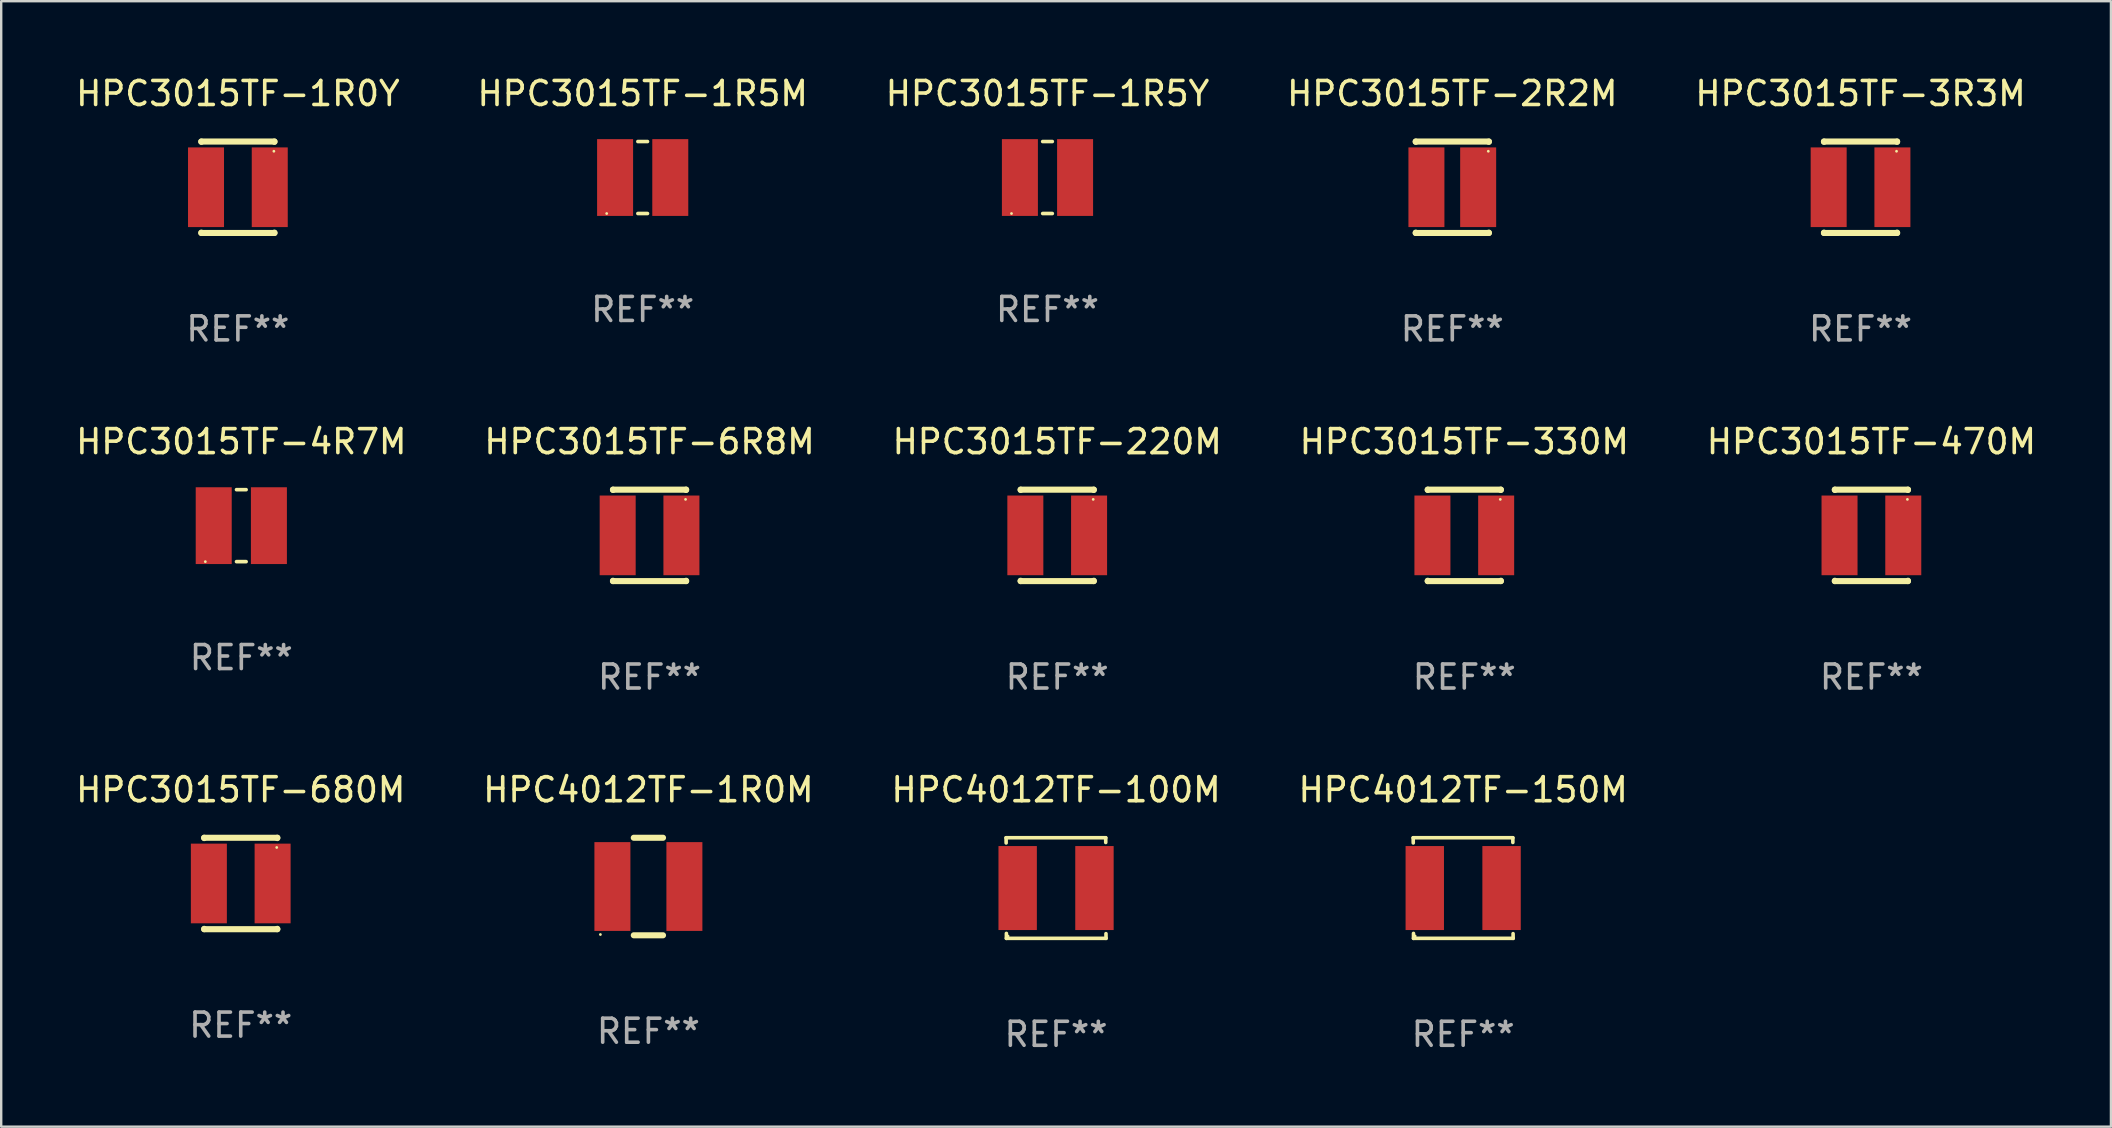
<source format=kicad_pcb>
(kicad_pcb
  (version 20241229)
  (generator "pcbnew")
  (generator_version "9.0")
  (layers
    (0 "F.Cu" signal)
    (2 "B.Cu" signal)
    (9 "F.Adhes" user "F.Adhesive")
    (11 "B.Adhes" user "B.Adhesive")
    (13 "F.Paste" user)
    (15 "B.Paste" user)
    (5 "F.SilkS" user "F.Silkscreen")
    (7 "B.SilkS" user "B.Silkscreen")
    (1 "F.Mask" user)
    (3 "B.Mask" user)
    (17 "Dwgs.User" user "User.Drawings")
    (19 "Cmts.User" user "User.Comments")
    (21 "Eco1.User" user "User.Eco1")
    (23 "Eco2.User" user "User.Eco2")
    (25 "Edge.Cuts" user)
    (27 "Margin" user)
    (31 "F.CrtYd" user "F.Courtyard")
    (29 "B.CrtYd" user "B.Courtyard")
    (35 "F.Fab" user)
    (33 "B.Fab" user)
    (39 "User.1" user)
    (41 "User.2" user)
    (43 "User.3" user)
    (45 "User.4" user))
  (footprint "HPC4012TF-100M"
    (layer "F.Cu")
    (at 40.958 33.957)
    (property "Reference" "HPC4012TF-100M" (at 0 -4.096 0) (layer "F.SilkS") (effects (font (size 1 1) (thickness 0.15))))
    (attr through_hole)
    (fp_line (start -2.083 -2.096) (end -2.08 -1.88) (stroke (width 0.15) (type solid)) (layer "F.SilkS"))
    (fp_line (start -2.07 1.89) (end -2.07 2.096) (stroke (width 0.15) (type solid)) (layer "F.SilkS"))
    (fp_line (start -2.07 2.096) (end 2.083 2.096) (stroke (width 0.15) (type solid)) (layer "F.SilkS"))
    (fp_line (start 2.07 -1.9) (end 2.07 -2.096) (stroke (width 0.15) (type solid)) (layer "F.SilkS"))
    (fp_line (start 2.07 -2.096) (end -2.083 -2.096) (stroke (width 0.15) (type solid)) (layer "F.SilkS"))
    (fp_line (start 2.083 2.096) (end 2.08 1.9) (stroke (width 0.15) (type solid)) (layer "F.SilkS"))
    (fp_circle (center -2 2) (end -1.97 2) (stroke (width 0.06) (type solid)) (fill no) (layer "F.SilkS"))
    (fp_text user "REF**" (at 0 6.096 0) (layer "F.Fab") (effects (font (size 1 1) (thickness 0.15))))
    (pad "1" smd rect (at -1.6 -0.000343) (size 1.6 3.5) (layers "F.Cu" "F.Mask" "F.Paste"))
    (pad "2" smd rect (at 1.6 -0.000343) (size 1.6 3.5) (layers "F.Cu" "F.Mask" "F.Paste")))
  (footprint "HPC3015TF-680M"
    (layer "F.Cu")
    (at 6.982 33.766)
    (property "Reference" "HPC3015TF-680M" (at 0 -3.905 0) (layer "F.SilkS") (effects (font (size 1 1) (thickness 0.15))))
    (attr through_hole)
    (fp_line (start -1.524 -1.905) (end 1.524 -1.905) (stroke (width 0.254) (type solid)) (layer "F.SilkS"))
    (fp_line (start -1.524 -1.891) (end -1.524 -1.905) (stroke (width 0.254) (type solid)) (layer "F.SilkS"))
    (fp_line (start -1.524 1.905) (end -1.524 1.891) (stroke (width 0.254) (type solid)) (layer "F.SilkS"))
    (fp_line (start -1.524 1.905) (end 1.524 1.905) (stroke (width 0.254) (type solid)) (layer "F.SilkS"))
    (fp_line (start 1.524 -1.905) (end 1.524 -1.891) (stroke (width 0.254) (type solid)) (layer "F.SilkS"))
    (fp_line (start 1.524 1.891) (end 1.524 1.905) (stroke (width 0.254) (type solid)) (layer "F.SilkS"))
    (fp_circle (center 1.5 -1.5) (end 1.53 -1.5) (stroke (width 0.06) (type solid)) (fill no) (layer "F.SilkS"))
    (fp_text user "REF**" (at 0 5.905 0) (layer "F.Fab") (effects (font (size 1 1) (thickness 0.15))))
    (pad "1" smd rect (at 1.328 0) (size 1.5 3.32) (layers "F.Cu" "F.Mask" "F.Paste"))
    (pad "2" smd rect (at -1.328 0) (size 1.5 3.32) (layers "F.Cu" "F.Mask" "F.Paste")))
  (footprint "HPC3015TF-220M"
    (layer "F.Cu")
    (at 41.006 19.26)
    (property "Reference" "HPC3015TF-220M" (at 0 -3.905 0) (layer "F.SilkS") (effects (font (size 1 1) (thickness 0.15))))
    (attr through_hole)
    (fp_line (start -1.524 -1.905) (end 1.524 -1.905) (stroke (width 0.254) (type solid)) (layer "F.SilkS"))
    (fp_line (start -1.524 -1.891) (end -1.524 -1.905) (stroke (width 0.254) (type solid)) (layer "F.SilkS"))
    (fp_line (start -1.524 1.905) (end -1.524 1.891) (stroke (width 0.254) (type solid)) (layer "F.SilkS"))
    (fp_line (start -1.524 1.905) (end 1.524 1.905) (stroke (width 0.254) (type solid)) (layer "F.SilkS"))
    (fp_line (start 1.524 -1.905) (end 1.524 -1.891) (stroke (width 0.254) (type solid)) (layer "F.SilkS"))
    (fp_line (start 1.524 1.891) (end 1.524 1.905) (stroke (width 0.254) (type solid)) (layer "F.SilkS"))
    (fp_circle (center 1.5 -1.5) (end 1.53 -1.5) (stroke (width 0.06) (type solid)) (fill no) (layer "F.SilkS"))
    (fp_text user "REF**" (at 0 5.905 0) (layer "F.Fab") (effects (font (size 1 1) (thickness 0.15))))
    (pad "1" smd rect (at 1.328 0) (size 1.5 3.32) (layers "F.Cu" "F.Mask" "F.Paste"))
    (pad "2" smd rect (at -1.328 0) (size 1.5 3.32) (layers "F.Cu" "F.Mask" "F.Paste")))
  (footprint "HPC4012TF-150M"
    (layer "F.Cu")
    (at 57.923 33.957)
    (property "Reference" "HPC4012TF-150M" (at 0 -4.096 0) (layer "F.SilkS") (effects (font (size 1 1) (thickness 0.15))))
    (attr through_hole)
    (fp_line (start -2.083 -2.096) (end -2.08 -1.88) (stroke (width 0.15) (type solid)) (layer "F.SilkS"))
    (fp_line (start -2.07 1.89) (end -2.07 2.096) (stroke (width 0.15) (type solid)) (layer "F.SilkS"))
    (fp_line (start -2.07 2.096) (end 2.083 2.096) (stroke (width 0.15) (type solid)) (layer "F.SilkS"))
    (fp_line (start 2.07 -1.9) (end 2.07 -2.096) (stroke (width 0.15) (type solid)) (layer "F.SilkS"))
    (fp_line (start 2.07 -2.096) (end -2.083 -2.096) (stroke (width 0.15) (type solid)) (layer "F.SilkS"))
    (fp_line (start 2.083 2.096) (end 2.08 1.9) (stroke (width 0.15) (type solid)) (layer "F.SilkS"))
    (fp_circle (center -2 2) (end -1.97 2) (stroke (width 0.06) (type solid)) (fill no) (layer "F.SilkS"))
    (fp_text user "REF**" (at 0 6.096 0) (layer "F.Fab") (effects (font (size 1 1) (thickness 0.15))))
    (pad "1" smd rect (at -1.6 -0.000343) (size 1.6 3.5) (layers "F.Cu" "F.Mask" "F.Paste"))
    (pad "2" smd rect (at 1.6 -0.000343) (size 1.6 3.5) (layers "F.Cu" "F.Mask" "F.Paste")))
  (footprint "HPC3015TF-1R5Y"
    (layer "F.Cu")
    (at 40.601 4.348)
    (property "Reference" "HPC3015TF-1R5Y" (at 0 -3.5 0) (layer "F.SilkS") (effects (font (size 1 1) (thickness 0.15))))
    (attr through_hole)
    (fp_line (start -0.2 -1.5) (end 0.2 -1.5) (stroke (width 0.152) (type solid)) (layer "F.SilkS"))
    (fp_line (start 0.2 1.5) (end -0.2 1.5) (stroke (width 0.152) (type solid)) (layer "F.SilkS"))
    (fp_circle (center -1.5 1.5) (end -1.47 1.5) (stroke (width 0.06) (type solid)) (fill no) (layer "F.SilkS"))
    (fp_text user "REF**" (at 0 5.5 0) (layer "F.Fab") (effects (font (size 1 1) (thickness 0.15))))
    (pad "1" smd rect (at -1.15 -0.000025) (size 1.5 3.2) (layers "F.Cu" "F.Mask" "F.Paste"))
    (pad "2" smd rect (at 1.15 -0.000025) (size 1.5 3.2) (layers "F.Cu" "F.Mask" "F.Paste")))
  (footprint "HPC3015TF-330M"
    (layer "F.Cu")
    (at 57.97 19.26)
    (property "Reference" "HPC3015TF-330M" (at 0 -3.905 0) (layer "F.SilkS") (effects (font (size 1 1) (thickness 0.15))))
    (attr through_hole)
    (fp_line (start -1.524 -1.905) (end 1.524 -1.905) (stroke (width 0.254) (type solid)) (layer "F.SilkS"))
    (fp_line (start -1.524 -1.891) (end -1.524 -1.905) (stroke (width 0.254) (type solid)) (layer "F.SilkS"))
    (fp_line (start -1.524 1.905) (end -1.524 1.891) (stroke (width 0.254) (type solid)) (layer "F.SilkS"))
    (fp_line (start -1.524 1.905) (end 1.524 1.905) (stroke (width 0.254) (type solid)) (layer "F.SilkS"))
    (fp_line (start 1.524 -1.905) (end 1.524 -1.891) (stroke (width 0.254) (type solid)) (layer "F.SilkS"))
    (fp_line (start 1.524 1.891) (end 1.524 1.905) (stroke (width 0.254) (type solid)) (layer "F.SilkS"))
    (fp_circle (center 1.5 -1.5) (end 1.53 -1.5) (stroke (width 0.06) (type solid)) (fill no) (layer "F.SilkS"))
    (fp_text user "REF**" (at 0 5.905 0) (layer "F.Fab") (effects (font (size 1 1) (thickness 0.15))))
    (pad "1" smd rect (at 1.328 0) (size 1.5 3.32) (layers "F.Cu" "F.Mask" "F.Paste"))
    (pad "2" smd rect (at -1.328 0) (size 1.5 3.32) (layers "F.Cu" "F.Mask" "F.Paste")))
  (footprint "HPC3015TF-470M"
    (layer "F.Cu")
    (at 74.935 19.26)
    (property "Reference" "HPC3015TF-470M" (at 0 -3.905 0) (layer "F.SilkS") (effects (font (size 1 1) (thickness 0.15))))
    (attr through_hole)
    (fp_line (start -1.524 -1.905) (end 1.524 -1.905) (stroke (width 0.254) (type solid)) (layer "F.SilkS"))
    (fp_line (start -1.524 -1.891) (end -1.524 -1.905) (stroke (width 0.254) (type solid)) (layer "F.SilkS"))
    (fp_line (start -1.524 1.905) (end -1.524 1.891) (stroke (width 0.254) (type solid)) (layer "F.SilkS"))
    (fp_line (start -1.524 1.905) (end 1.524 1.905) (stroke (width 0.254) (type solid)) (layer "F.SilkS"))
    (fp_line (start 1.524 -1.905) (end 1.524 -1.891) (stroke (width 0.254) (type solid)) (layer "F.SilkS"))
    (fp_line (start 1.524 1.891) (end 1.524 1.905) (stroke (width 0.254) (type solid)) (layer "F.SilkS"))
    (fp_circle (center 1.5 -1.5) (end 1.53 -1.5) (stroke (width 0.06) (type solid)) (fill no) (layer "F.SilkS"))
    (fp_text user "REF**" (at 0 5.905 0) (layer "F.Fab") (effects (font (size 1 1) (thickness 0.15))))
    (pad "1" smd rect (at 1.328 0) (size 1.5 3.32) (layers "F.Cu" "F.Mask" "F.Paste"))
    (pad "2" smd rect (at -1.328 0) (size 1.5 3.32) (layers "F.Cu" "F.Mask" "F.Paste")))
  (footprint "HPC3015TF-2R2M"
    (layer "F.Cu")
    (at 57.47 4.753)
    (property "Reference" "HPC3015TF-2R2M" (at 0 -3.905 0) (layer "F.SilkS") (effects (font (size 1 1) (thickness 0.15))))
    (attr through_hole)
    (fp_line (start -1.524 -1.905) (end 1.524 -1.905) (stroke (width 0.254) (type solid)) (layer "F.SilkS"))
    (fp_line (start -1.524 -1.891) (end -1.524 -1.905) (stroke (width 0.254) (type solid)) (layer "F.SilkS"))
    (fp_line (start -1.524 1.905) (end -1.524 1.891) (stroke (width 0.254) (type solid)) (layer "F.SilkS"))
    (fp_line (start -1.524 1.905) (end 1.524 1.905) (stroke (width 0.254) (type solid)) (layer "F.SilkS"))
    (fp_line (start 1.524 -1.905) (end 1.524 -1.891) (stroke (width 0.254) (type solid)) (layer "F.SilkS"))
    (fp_line (start 1.524 1.891) (end 1.524 1.905) (stroke (width 0.254) (type solid)) (layer "F.SilkS"))
    (fp_circle (center 1.5 -1.5) (end 1.53 -1.5) (stroke (width 0.06) (type solid)) (fill no) (layer "F.SilkS"))
    (fp_text user "REF**" (at 0 5.905 0) (layer "F.Fab") (effects (font (size 1 1) (thickness 0.15))))
    (pad "1" smd rect (at 1.078 0.000076) (size 1.5 3.32) (layers "F.Cu" "F.Mask" "F.Paste"))
    (pad "2" smd rect (at -1.078 0.000076) (size 1.5 3.32) (layers "F.Cu" "F.Mask" "F.Paste")))
  (footprint "HPC3015TF-1R0Y"
    (layer "F.Cu")
    (at 6.863 4.753)
    (property "Reference" "HPC3015TF-1R0Y" (at 0 -3.905 0) (layer "F.SilkS") (effects (font (size 1 1) (thickness 0.15))))
    (attr through_hole)
    (fp_line (start -1.524 -1.905) (end 1.524 -1.905) (stroke (width 0.254) (type solid)) (layer "F.SilkS"))
    (fp_line (start -1.524 -1.891) (end -1.524 -1.905) (stroke (width 0.254) (type solid)) (layer "F.SilkS"))
    (fp_line (start -1.524 1.905) (end -1.524 1.891) (stroke (width 0.254) (type solid)) (layer "F.SilkS"))
    (fp_line (start -1.524 1.905) (end 1.524 1.905) (stroke (width 0.254) (type solid)) (layer "F.SilkS"))
    (fp_line (start 1.524 -1.905) (end 1.524 -1.891) (stroke (width 0.254) (type solid)) (layer "F.SilkS"))
    (fp_line (start 1.524 1.891) (end 1.524 1.905) (stroke (width 0.254) (type solid)) (layer "F.SilkS"))
    (fp_circle (center 1.5 -1.5) (end 1.53 -1.5) (stroke (width 0.06) (type solid)) (fill no) (layer "F.SilkS"))
    (fp_text user "REF**" (at 0 5.905 0) (layer "F.Fab") (effects (font (size 1 1) (thickness 0.15))))
    (pad "1" smd rect (at 1.328 0) (size 1.5 3.32) (layers "F.Cu" "F.Mask" "F.Paste"))
    (pad "2" smd rect (at -1.328 0) (size 1.5 3.32) (layers "F.Cu" "F.Mask" "F.Paste")))
  (footprint "HPC4012TF-1R0M"
    (layer "F.Cu")
    (at 23.97 33.893)
    (property "Reference" "HPC4012TF-1R0M" (at 0 -4.032 0) (layer "F.SilkS") (effects (font (size 1 1) (thickness 0.15))))
    (attr through_hole)
    (fp_line (start -0.609 -2.032) (end 0.609 -2.032) (stroke (width 0.254) (type solid)) (layer "F.SilkS"))
    (fp_line (start -0.609 2.032) (end 0.609 2.032) (stroke (width 0.254) (type solid)) (layer "F.SilkS"))
    (fp_circle (center -2 2) (end -1.97 2) (stroke (width 0.06) (type solid)) (fill no) (layer "F.SilkS"))
    (fp_text user "REF**" (at 0 6.032 0) (layer "F.Fab") (effects (font (size 1 1) (thickness 0.15))))
    (pad "1" smd rect (at -1.5 0 90) (size 3.7 1.5) (layers "F.Cu" "F.Mask" "F.Paste"))
    (pad "2" smd rect (at 1.5 0 90) (size 3.7 1.5) (layers "F.Cu" "F.Mask" "F.Paste")))
  (footprint "HPC3015TF-4R7M"
    (layer "F.Cu")
    (at 7.006 18.855)
    (property "Reference" "HPC3015TF-4R7M" (at 0 -3.5 0) (layer "F.SilkS") (effects (font (size 1 1) (thickness 0.15))))
    (attr through_hole)
    (fp_line (start -0.2 -1.5) (end 0.2 -1.5) (stroke (width 0.152) (type solid)) (layer "F.SilkS"))
    (fp_line (start 0.2 1.5) (end -0.2 1.5) (stroke (width 0.152) (type solid)) (layer "F.SilkS"))
    (fp_circle (center -1.5 1.5) (end -1.47 1.5) (stroke (width 0.06) (type solid)) (fill no) (layer "F.SilkS"))
    (fp_text user "REF**" (at 0 5.5 0) (layer "F.Fab") (effects (font (size 1 1) (thickness 0.15))))
    (pad "1" smd rect (at -1.15 -0.000025) (size 1.5 3.2) (layers "F.Cu" "F.Mask" "F.Paste"))
    (pad "2" smd rect (at 1.15 -0.000025) (size 1.5 3.2) (layers "F.Cu" "F.Mask" "F.Paste")))
  (footprint "HPC3015TF-1R5M"
    (layer "F.Cu")
    (at 23.732 4.348)
    (property "Reference" "HPC3015TF-1R5M" (at 0 -3.5 0) (layer "F.SilkS") (effects (font (size 1 1) (thickness 0.15))))
    (attr through_hole)
    (fp_line (start -0.2 -1.5) (end 0.2 -1.5) (stroke (width 0.152) (type solid)) (layer "F.SilkS"))
    (fp_line (start 0.2 1.5) (end -0.2 1.5) (stroke (width 0.152) (type solid)) (layer "F.SilkS"))
    (fp_circle (center -1.5 1.5) (end -1.47 1.5) (stroke (width 0.06) (type solid)) (fill no) (layer "F.SilkS"))
    (fp_text user "REF**" (at 0 5.5 0) (layer "F.Fab") (effects (font (size 1 1) (thickness 0.15))))
    (pad "1" smd rect (at -1.15 -0.000025) (size 1.5 3.2) (layers "F.Cu" "F.Mask" "F.Paste"))
    (pad "2" smd rect (at 1.15 -0.000025) (size 1.5 3.2) (layers "F.Cu" "F.Mask" "F.Paste")))
  (footprint "HPC3015TF-6R8M"
    (layer "F.Cu")
    (at 24.018 19.26)
    (property "Reference" "HPC3015TF-6R8M" (at 0 -3.905 0) (layer "F.SilkS") (effects (font (size 1 1) (thickness 0.15))))
    (attr through_hole)
    (fp_line (start -1.524 -1.905) (end 1.524 -1.905) (stroke (width 0.254) (type solid)) (layer "F.SilkS"))
    (fp_line (start -1.524 -1.891) (end -1.524 -1.905) (stroke (width 0.254) (type solid)) (layer "F.SilkS"))
    (fp_line (start -1.524 1.905) (end -1.524 1.891) (stroke (width 0.254) (type solid)) (layer "F.SilkS"))
    (fp_line (start -1.524 1.905) (end 1.524 1.905) (stroke (width 0.254) (type solid)) (layer "F.SilkS"))
    (fp_line (start 1.524 -1.905) (end 1.524 -1.891) (stroke (width 0.254) (type solid)) (layer "F.SilkS"))
    (fp_line (start 1.524 1.891) (end 1.524 1.905) (stroke (width 0.254) (type solid)) (layer "F.SilkS"))
    (fp_circle (center 1.5 -1.5) (end 1.53 -1.5) (stroke (width 0.06) (type solid)) (fill no) (layer "F.SilkS"))
    (fp_text user "REF**" (at 0 5.905 0) (layer "F.Fab") (effects (font (size 1 1) (thickness 0.15))))
    (pad "1" smd rect (at 1.328 0) (size 1.5 3.32) (layers "F.Cu" "F.Mask" "F.Paste"))
    (pad "2" smd rect (at -1.328 0) (size 1.5 3.32) (layers "F.Cu" "F.Mask" "F.Paste")))
  (footprint "HPC3015TF-3R3M"
    (layer "F.Cu")
    (at 74.482 4.753)
    (property "Reference" "HPC3015TF-3R3M" (at 0 -3.905 0) (layer "F.SilkS") (effects (font (size 1 1) (thickness 0.15))))
    (attr through_hole)
    (fp_line (start -1.524 -1.905) (end 1.524 -1.905) (stroke (width 0.254) (type solid)) (layer "F.SilkS"))
    (fp_line (start -1.524 -1.891) (end -1.524 -1.905) (stroke (width 0.254) (type solid)) (layer "F.SilkS"))
    (fp_line (start -1.524 1.905) (end -1.524 1.891) (stroke (width 0.254) (type solid)) (layer "F.SilkS"))
    (fp_line (start -1.524 1.905) (end 1.524 1.905) (stroke (width 0.254) (type solid)) (layer "F.SilkS"))
    (fp_line (start 1.524 -1.905) (end 1.524 -1.891) (stroke (width 0.254) (type solid)) (layer "F.SilkS"))
    (fp_line (start 1.524 1.891) (end 1.524 1.905) (stroke (width 0.254) (type solid)) (layer "F.SilkS"))
    (fp_circle (center 1.5 -1.5) (end 1.53 -1.5) (stroke (width 0.06) (type solid)) (fill no) (layer "F.SilkS"))
    (fp_text user "REF**" (at 0 5.905 0) (layer "F.Fab") (effects (font (size 1 1) (thickness 0.15))))
    (pad "1" smd rect (at 1.328 0) (size 1.5 3.32) (layers "F.Cu" "F.Mask" "F.Paste"))
    (pad "2" smd rect (at -1.328 0) (size 1.5 3.32) (layers "F.Cu" "F.Mask" "F.Paste")))
  (gr_rect
    (start -3 -3)
    (end 84.917 43.901)
    (stroke (width 0.1) (type default))
    (fill no)
    (layer "Edge.Cuts")))
</source>
